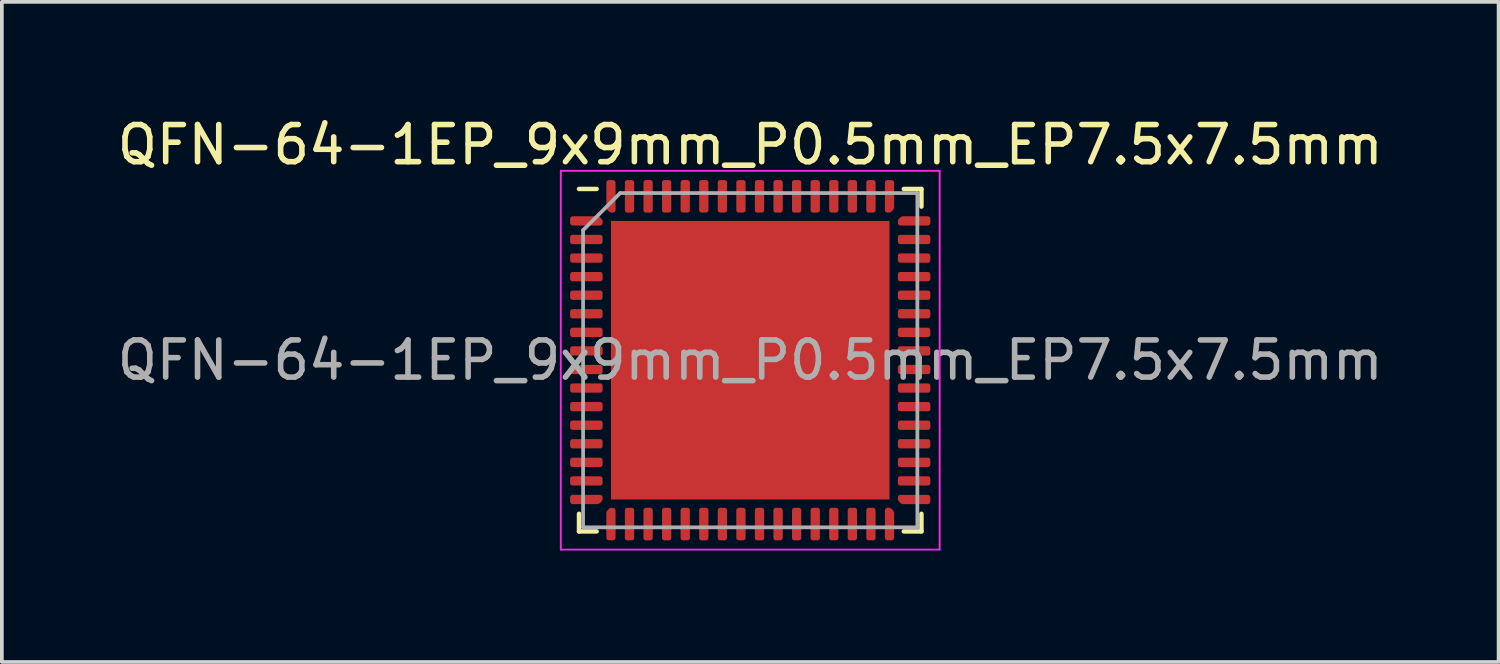
<source format=kicad_pcb>
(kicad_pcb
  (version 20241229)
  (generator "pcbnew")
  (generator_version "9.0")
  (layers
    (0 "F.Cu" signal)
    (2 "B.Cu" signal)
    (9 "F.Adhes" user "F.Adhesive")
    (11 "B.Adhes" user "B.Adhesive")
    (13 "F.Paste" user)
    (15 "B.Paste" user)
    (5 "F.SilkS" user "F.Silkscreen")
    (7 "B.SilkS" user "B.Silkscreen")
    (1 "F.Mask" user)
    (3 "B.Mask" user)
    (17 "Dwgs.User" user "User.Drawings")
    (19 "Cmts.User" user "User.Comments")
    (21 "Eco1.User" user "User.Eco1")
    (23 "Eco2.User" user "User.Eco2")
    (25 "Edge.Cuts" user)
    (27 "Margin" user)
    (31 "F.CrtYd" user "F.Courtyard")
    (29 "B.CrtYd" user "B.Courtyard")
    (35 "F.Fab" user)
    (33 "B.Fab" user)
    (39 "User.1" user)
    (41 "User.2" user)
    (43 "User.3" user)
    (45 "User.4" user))
  (footprint "QFN-64-1EP_9x9mm_P0.5mm_EP7.5x7.5mm"
    (layer "F.Cu")
    (at 17.149 6.648)
    (property "Reference" "QFN-64-1EP_9x9mm_P0.5mm_EP7.5x7.5mm" (at 0 -5.8 0) (layer "F.SilkS") (effects (font (size 1 1) (thickness 0.15))))
    (attr smd)
    (fp_line (start -4.61 4.61) (end -4.61 4.135) (stroke (width 0.12) (type solid)) (layer "F.SilkS"))
    (fp_line (start -4.135 -4.61) (end -4.61 -4.61) (stroke (width 0.12) (type solid)) (layer "F.SilkS"))
    (fp_line (start -4.135 4.61) (end -4.61 4.61) (stroke (width 0.12) (type solid)) (layer "F.SilkS"))
    (fp_line (start 4.135 -4.61) (end 4.61 -4.61) (stroke (width 0.12) (type solid)) (layer "F.SilkS"))
    (fp_line (start 4.135 4.61) (end 4.61 4.61) (stroke (width 0.12) (type solid)) (layer "F.SilkS"))
    (fp_line (start 4.61 -4.61) (end 4.61 -4.135) (stroke (width 0.12) (type solid)) (layer "F.SilkS"))
    (fp_line (start 4.61 4.61) (end 4.61 4.135) (stroke (width 0.12) (type solid)) (layer "F.SilkS"))
    (fp_line (start -5.1 -5.1) (end -5.1 5.1) (stroke (width 0.05) (type solid)) (layer "F.CrtYd"))
    (fp_line (start -5.1 5.1) (end 5.1 5.1) (stroke (width 0.05) (type solid)) (layer "F.CrtYd"))
    (fp_line (start 5.1 -5.1) (end -5.1 -5.1) (stroke (width 0.05) (type solid)) (layer "F.CrtYd"))
    (fp_line (start 5.1 5.1) (end 5.1 -5.1) (stroke (width 0.05) (type solid)) (layer "F.CrtYd"))
    (fp_line (start -4.5 -3.5) (end -3.5 -4.5) (stroke (width 0.1) (type solid)) (layer "F.Fab"))
    (fp_line (start -4.5 4.5) (end -4.5 -3.5) (stroke (width 0.1) (type solid)) (layer "F.Fab"))
    (fp_line (start -3.5 -4.5) (end 4.5 -4.5) (stroke (width 0.1) (type solid)) (layer "F.Fab"))
    (fp_line (start 4.5 -4.5) (end 4.5 4.5) (stroke (width 0.1) (type solid)) (layer "F.Fab"))
    (fp_line (start 4.5 4.5) (end -4.5 4.5) (stroke (width 0.1) (type solid)) (layer "F.Fab"))
    (fp_text user "${REFERENCE}" (at 0 0 0) (layer "F.Fab") (effects (font (size 1 1) (thickness 0.15))))
    (pad "" smd roundrect (at -3.125 -3.125) (size 1.01 1.01) (layers "F.Paste") (roundrect_rratio 0.248))
    (pad "" smd roundrect (at -3.125 -1.875) (size 1.01 1.01) (layers "F.Paste") (roundrect_rratio 0.248))
    (pad "" smd roundrect (at -3.125 -0.625) (size 1.01 1.01) (layers "F.Paste") (roundrect_rratio 0.248))
    (pad "" smd roundrect (at -3.125 0.625) (size 1.01 1.01) (layers "F.Paste") (roundrect_rratio 0.248))
    (pad "" smd roundrect (at -3.125 1.875) (size 1.01 1.01) (layers "F.Paste") (roundrect_rratio 0.248))
    (pad "" smd roundrect (at -3.125 3.125) (size 1.01 1.01) (layers "F.Paste") (roundrect_rratio 0.248))
    (pad "" smd roundrect (at -1.875 -3.125) (size 1.01 1.01) (layers "F.Paste") (roundrect_rratio 0.248))
    (pad "" smd roundrect (at -1.875 -1.875) (size 1.01 1.01) (layers "F.Paste") (roundrect_rratio 0.248))
    (pad "" smd roundrect (at -1.875 -0.625) (size 1.01 1.01) (layers "F.Paste") (roundrect_rratio 0.248))
    (pad "" smd roundrect (at -1.875 0.625) (size 1.01 1.01) (layers "F.Paste") (roundrect_rratio 0.248))
    (pad "" smd roundrect (at -1.875 1.875) (size 1.01 1.01) (layers "F.Paste") (roundrect_rratio 0.248))
    (pad "" smd roundrect (at -1.875 3.125) (size 1.01 1.01) (layers "F.Paste") (roundrect_rratio 0.248))
    (pad "" smd roundrect (at -0.625 -3.125) (size 1.01 1.01) (layers "F.Paste") (roundrect_rratio 0.248))
    (pad "" smd roundrect (at -0.625 -1.875) (size 1.01 1.01) (layers "F.Paste") (roundrect_rratio 0.248))
    (pad "" smd roundrect (at -0.625 -0.625) (size 1.01 1.01) (layers "F.Paste") (roundrect_rratio 0.248))
    (pad "" smd roundrect (at -0.625 0.625) (size 1.01 1.01) (layers "F.Paste") (roundrect_rratio 0.248))
    (pad "" smd roundrect (at -0.625 1.875) (size 1.01 1.01) (layers "F.Paste") (roundrect_rratio 0.248))
    (pad "" smd roundrect (at -0.625 3.125) (size 1.01 1.01) (layers "F.Paste") (roundrect_rratio 0.248))
    (pad "" smd roundrect (at 0.625 -3.125) (size 1.01 1.01) (layers "F.Paste") (roundrect_rratio 0.248))
    (pad "" smd roundrect (at 0.625 -1.875) (size 1.01 1.01) (layers "F.Paste") (roundrect_rratio 0.248))
    (pad "" smd roundrect (at 0.625 -0.625) (size 1.01 1.01) (layers "F.Paste") (roundrect_rratio 0.248))
    (pad "" smd roundrect (at 0.625 0.625) (size 1.01 1.01) (layers "F.Paste") (roundrect_rratio 0.248))
    (pad "" smd roundrect (at 0.625 1.875) (size 1.01 1.01) (layers "F.Paste") (roundrect_rratio 0.248))
    (pad "" smd roundrect (at 0.625 3.125) (size 1.01 1.01) (layers "F.Paste") (roundrect_rratio 0.248))
    (pad "" smd roundrect (at 1.875 -3.125) (size 1.01 1.01) (layers "F.Paste") (roundrect_rratio 0.248))
    (pad "" smd roundrect (at 1.875 -1.875) (size 1.01 1.01) (layers "F.Paste") (roundrect_rratio 0.248))
    (pad "" smd roundrect (at 1.875 -0.625) (size 1.01 1.01) (layers "F.Paste") (roundrect_rratio 0.248))
    (pad "" smd roundrect (at 1.875 0.625) (size 1.01 1.01) (layers "F.Paste") (roundrect_rratio 0.248))
    (pad "" smd roundrect (at 1.875 1.875) (size 1.01 1.01) (layers "F.Paste") (roundrect_rratio 0.248))
    (pad "" smd roundrect (at 1.875 3.125) (size 1.01 1.01) (layers "F.Paste") (roundrect_rratio 0.248))
    (pad "" smd roundrect (at 3.125 -3.125) (size 1.01 1.01) (layers "F.Paste") (roundrect_rratio 0.248))
    (pad "" smd roundrect (at 3.125 -1.875) (size 1.01 1.01) (layers "F.Paste") (roundrect_rratio 0.248))
    (pad "" smd roundrect (at 3.125 -0.625) (size 1.01 1.01) (layers "F.Paste") (roundrect_rratio 0.248))
    (pad "" smd roundrect (at 3.125 0.625) (size 1.01 1.01) (layers "F.Paste") (roundrect_rratio 0.248))
    (pad "" smd roundrect (at 3.125 1.875) (size 1.01 1.01) (layers "F.Paste") (roundrect_rratio 0.248))
    (pad "" smd roundrect (at 3.125 3.125) (size 1.01 1.01) (layers "F.Paste") (roundrect_rratio 0.248))
    (pad "1" smd custom (at -4.412 -3.75) (size 0.179 0.179) (layers "F.Cu" "F.Mask" "F.Paste") (options (anchor circle)) (primitives (gr_poly (pts (xy -0.375 -0.062) (xy 0.312 -0.062) (xy 0.375 0.001) (xy 0.375 0.062) (xy -0.375 0.062)) (width 0.125) (fill yes))))
    (pad "2" smd roundrect (at -4.412 -3.25) (size 0.875 0.25) (layers "F.Cu" "F.Mask" "F.Paste") (roundrect_rratio 0.25))
    (pad "3" smd roundrect (at -4.412 -2.75) (size 0.875 0.25) (layers "F.Cu" "F.Mask" "F.Paste") (roundrect_rratio 0.25))
    (pad "4" smd roundrect (at -4.412 -2.25) (size 0.875 0.25) (layers "F.Cu" "F.Mask" "F.Paste") (roundrect_rratio 0.25))
    (pad "5" smd roundrect (at -4.412 -1.75) (size 0.875 0.25) (layers "F.Cu" "F.Mask" "F.Paste") (roundrect_rratio 0.25))
    (pad "6" smd roundrect (at -4.412 -1.25) (size 0.875 0.25) (layers "F.Cu" "F.Mask" "F.Paste") (roundrect_rratio 0.25))
    (pad "7" smd roundrect (at -4.412 -0.75) (size 0.875 0.25) (layers "F.Cu" "F.Mask" "F.Paste") (roundrect_rratio 0.25))
    (pad "8" smd roundrect (at -4.412 -0.25) (size 0.875 0.25) (layers "F.Cu" "F.Mask" "F.Paste") (roundrect_rratio 0.25))
    (pad "9" smd roundrect (at -4.412 0.25) (size 0.875 0.25) (layers "F.Cu" "F.Mask" "F.Paste") (roundrect_rratio 0.25))
    (pad "10" smd roundrect (at -4.412 0.75) (size 0.875 0.25) (layers "F.Cu" "F.Mask" "F.Paste") (roundrect_rratio 0.25))
    (pad "11" smd roundrect (at -4.412 1.25) (size 0.875 0.25) (layers "F.Cu" "F.Mask" "F.Paste") (roundrect_rratio 0.25))
    (pad "12" smd roundrect (at -4.412 1.75) (size 0.875 0.25) (layers "F.Cu" "F.Mask" "F.Paste") (roundrect_rratio 0.25))
    (pad "13" smd roundrect (at -4.412 2.25) (size 0.875 0.25) (layers "F.Cu" "F.Mask" "F.Paste") (roundrect_rratio 0.25))
    (pad "14" smd roundrect (at -4.412 2.75) (size 0.875 0.25) (layers "F.Cu" "F.Mask" "F.Paste") (roundrect_rratio 0.25))
    (pad "15" smd roundrect (at -4.412 3.25) (size 0.875 0.25) (layers "F.Cu" "F.Mask" "F.Paste") (roundrect_rratio 0.25))
    (pad "16" smd custom (at -4.412 3.75) (size 0.179 0.179) (layers "F.Cu" "F.Mask" "F.Paste") (options (anchor circle)) (primitives (gr_poly (pts (xy -0.375 -0.062) (xy 0.375 -0.062) (xy 0.375 -0.001) (xy 0.312 0.062) (xy -0.375 0.062)) (width 0.125) (fill yes))))
    (pad "17" smd custom (at -3.75 4.412) (size 0.179 0.179) (layers "F.Cu" "F.Mask" "F.Paste") (options (anchor circle)) (primitives (gr_poly (pts (xy -0.062 -0.312) (xy 0.001 -0.375) (xy 0.062 -0.375) (xy 0.062 0.375) (xy -0.062 0.375)) (width 0.125) (fill yes))))
    (pad "18" smd roundrect (at -3.25 4.412) (size 0.25 0.875) (layers "F.Cu" "F.Mask" "F.Paste") (roundrect_rratio 0.25))
    (pad "19" smd roundrect (at -2.75 4.412) (size 0.25 0.875) (layers "F.Cu" "F.Mask" "F.Paste") (roundrect_rratio 0.25))
    (pad "20" smd roundrect (at -2.25 4.412) (size 0.25 0.875) (layers "F.Cu" "F.Mask" "F.Paste") (roundrect_rratio 0.25))
    (pad "21" smd roundrect (at -1.75 4.412) (size 0.25 0.875) (layers "F.Cu" "F.Mask" "F.Paste") (roundrect_rratio 0.25))
    (pad "22" smd roundrect (at -1.25 4.412) (size 0.25 0.875) (layers "F.Cu" "F.Mask" "F.Paste") (roundrect_rratio 0.25))
    (pad "23" smd roundrect (at -0.75 4.412) (size 0.25 0.875) (layers "F.Cu" "F.Mask" "F.Paste") (roundrect_rratio 0.25))
    (pad "24" smd roundrect (at -0.25 4.412) (size 0.25 0.875) (layers "F.Cu" "F.Mask" "F.Paste") (roundrect_rratio 0.25))
    (pad "25" smd roundrect (at 0.25 4.412) (size 0.25 0.875) (layers "F.Cu" "F.Mask" "F.Paste") (roundrect_rratio 0.25))
    (pad "26" smd roundrect (at 0.75 4.412) (size 0.25 0.875) (layers "F.Cu" "F.Mask" "F.Paste") (roundrect_rratio 0.25))
    (pad "27" smd roundrect (at 1.25 4.412) (size 0.25 0.875) (layers "F.Cu" "F.Mask" "F.Paste") (roundrect_rratio 0.25))
    (pad "28" smd roundrect (at 1.75 4.412) (size 0.25 0.875) (layers "F.Cu" "F.Mask" "F.Paste") (roundrect_rratio 0.25))
    (pad "29" smd roundrect (at 2.25 4.412) (size 0.25 0.875) (layers "F.Cu" "F.Mask" "F.Paste") (roundrect_rratio 0.25))
    (pad "30" smd roundrect (at 2.75 4.412) (size 0.25 0.875) (layers "F.Cu" "F.Mask" "F.Paste") (roundrect_rratio 0.25))
    (pad "31" smd roundrect (at 3.25 4.412) (size 0.25 0.875) (layers "F.Cu" "F.Mask" "F.Paste") (roundrect_rratio 0.25))
    (pad "32" smd custom (at 3.75 4.412) (size 0.179 0.179) (layers "F.Cu" "F.Mask" "F.Paste") (options (anchor circle)) (primitives (gr_poly (pts (xy -0.062 -0.375) (xy -0.001 -0.375) (xy 0.062 -0.312) (xy 0.062 0.375) (xy -0.062 0.375)) (width 0.125) (fill yes))))
    (pad "33" smd custom (at 4.412 3.75) (size 0.179 0.179) (layers "F.Cu" "F.Mask" "F.Paste") (options (anchor circle)) (primitives (gr_poly (pts (xy -0.375 -0.062) (xy 0.375 -0.062) (xy 0.375 0.062) (xy -0.312 0.062) (xy -0.375 -0.001)) (width 0.125) (fill yes))))
    (pad "34" smd roundrect (at 4.412 3.25) (size 0.875 0.25) (layers "F.Cu" "F.Mask" "F.Paste") (roundrect_rratio 0.25))
    (pad "35" smd roundrect (at 4.412 2.75) (size 0.875 0.25) (layers "F.Cu" "F.Mask" "F.Paste") (roundrect_rratio 0.25))
    (pad "36" smd roundrect (at 4.412 2.25) (size 0.875 0.25) (layers "F.Cu" "F.Mask" "F.Paste") (roundrect_rratio 0.25))
    (pad "37" smd roundrect (at 4.412 1.75) (size 0.875 0.25) (layers "F.Cu" "F.Mask" "F.Paste") (roundrect_rratio 0.25))
    (pad "38" smd roundrect (at 4.412 1.25) (size 0.875 0.25) (layers "F.Cu" "F.Mask" "F.Paste") (roundrect_rratio 0.25))
    (pad "39" smd roundrect (at 4.412 0.75) (size 0.875 0.25) (layers "F.Cu" "F.Mask" "F.Paste") (roundrect_rratio 0.25))
    (pad "40" smd roundrect (at 4.412 0.25) (size 0.875 0.25) (layers "F.Cu" "F.Mask" "F.Paste") (roundrect_rratio 0.25))
    (pad "41" smd roundrect (at 4.412 -0.25) (size 0.875 0.25) (layers "F.Cu" "F.Mask" "F.Paste") (roundrect_rratio 0.25))
    (pad "42" smd roundrect (at 4.412 -0.75) (size 0.875 0.25) (layers "F.Cu" "F.Mask" "F.Paste") (roundrect_rratio 0.25))
    (pad "43" smd roundrect (at 4.412 -1.25) (size 0.875 0.25) (layers "F.Cu" "F.Mask" "F.Paste") (roundrect_rratio 0.25))
    (pad "44" smd roundrect (at 4.412 -1.75) (size 0.875 0.25) (layers "F.Cu" "F.Mask" "F.Paste") (roundrect_rratio 0.25))
    (pad "45" smd roundrect (at 4.412 -2.25) (size 0.875 0.25) (layers "F.Cu" "F.Mask" "F.Paste") (roundrect_rratio 0.25))
    (pad "46" smd roundrect (at 4.412 -2.75) (size 0.875 0.25) (layers "F.Cu" "F.Mask" "F.Paste") (roundrect_rratio 0.25))
    (pad "47" smd roundrect (at 4.412 -3.25) (size 0.875 0.25) (layers "F.Cu" "F.Mask" "F.Paste") (roundrect_rratio 0.25))
    (pad "48" smd custom (at 4.412 -3.75) (size 0.179 0.179) (layers "F.Cu" "F.Mask" "F.Paste") (options (anchor circle)) (primitives (gr_poly (pts (xy -0.375 0.001) (xy -0.312 -0.062) (xy 0.375 -0.062) (xy 0.375 0.062) (xy -0.375 0.062)) (width 0.125) (fill yes))))
    (pad "49" smd custom (at 3.75 -4.412) (size 0.179 0.179) (layers "F.Cu" "F.Mask" "F.Paste") (options (anchor circle)) (primitives (gr_poly (pts (xy -0.062 -0.375) (xy 0.062 -0.375) (xy 0.062 0.312) (xy -0.001 0.375) (xy -0.062 0.375)) (width 0.125) (fill yes))))
    (pad "50" smd roundrect (at 3.25 -4.412) (size 0.25 0.875) (layers "F.Cu" "F.Mask" "F.Paste") (roundrect_rratio 0.25))
    (pad "51" smd roundrect (at 2.75 -4.412) (size 0.25 0.875) (layers "F.Cu" "F.Mask" "F.Paste") (roundrect_rratio 0.25))
    (pad "52" smd roundrect (at 2.25 -4.412) (size 0.25 0.875) (layers "F.Cu" "F.Mask" "F.Paste") (roundrect_rratio 0.25))
    (pad "53" smd roundrect (at 1.75 -4.412) (size 0.25 0.875) (layers "F.Cu" "F.Mask" "F.Paste") (roundrect_rratio 0.25))
    (pad "54" smd roundrect (at 1.25 -4.412) (size 0.25 0.875) (layers "F.Cu" "F.Mask" "F.Paste") (roundrect_rratio 0.25))
    (pad "55" smd roundrect (at 0.75 -4.412) (size 0.25 0.875) (layers "F.Cu" "F.Mask" "F.Paste") (roundrect_rratio 0.25))
    (pad "56" smd roundrect (at 0.25 -4.412) (size 0.25 0.875) (layers "F.Cu" "F.Mask" "F.Paste") (roundrect_rratio 0.25))
    (pad "57" smd roundrect (at -0.25 -4.412) (size 0.25 0.875) (layers "F.Cu" "F.Mask" "F.Paste") (roundrect_rratio 0.25))
    (pad "58" smd roundrect (at -0.75 -4.412) (size 0.25 0.875) (layers "F.Cu" "F.Mask" "F.Paste") (roundrect_rratio 0.25))
    (pad "59" smd roundrect (at -1.25 -4.412) (size 0.25 0.875) (layers "F.Cu" "F.Mask" "F.Paste") (roundrect_rratio 0.25))
    (pad "60" smd roundrect (at -1.75 -4.412) (size 0.25 0.875) (layers "F.Cu" "F.Mask" "F.Paste") (roundrect_rratio 0.25))
    (pad "61" smd roundrect (at -2.25 -4.412) (size 0.25 0.875) (layers "F.Cu" "F.Mask" "F.Paste") (roundrect_rratio 0.25))
    (pad "62" smd roundrect (at -2.75 -4.412) (size 0.25 0.875) (layers "F.Cu" "F.Mask" "F.Paste") (roundrect_rratio 0.25))
    (pad "63" smd roundrect (at -3.25 -4.412) (size 0.25 0.875) (layers "F.Cu" "F.Mask" "F.Paste") (roundrect_rratio 0.25))
    (pad "64" smd custom (at -3.75 -4.412) (size 0.179 0.179) (layers "F.Cu" "F.Mask" "F.Paste") (options (anchor circle)) (primitives (gr_poly (pts (xy -0.062 -0.375) (xy 0.062 -0.375) (xy 0.062 0.375) (xy 0.001 0.375) (xy -0.062 0.312)) (width 0.125) (fill yes))))
    (pad "65" smd rect (at 0 0) (size 7.5 7.5) (layers "F.Cu" "F.Mask")))
  (gr_rect
    (start -3 -3)
    (end 37.298 14.773)
    (stroke (width 0.1) (type default))
    (fill no)
    (layer "Edge.Cuts")))
</source>
